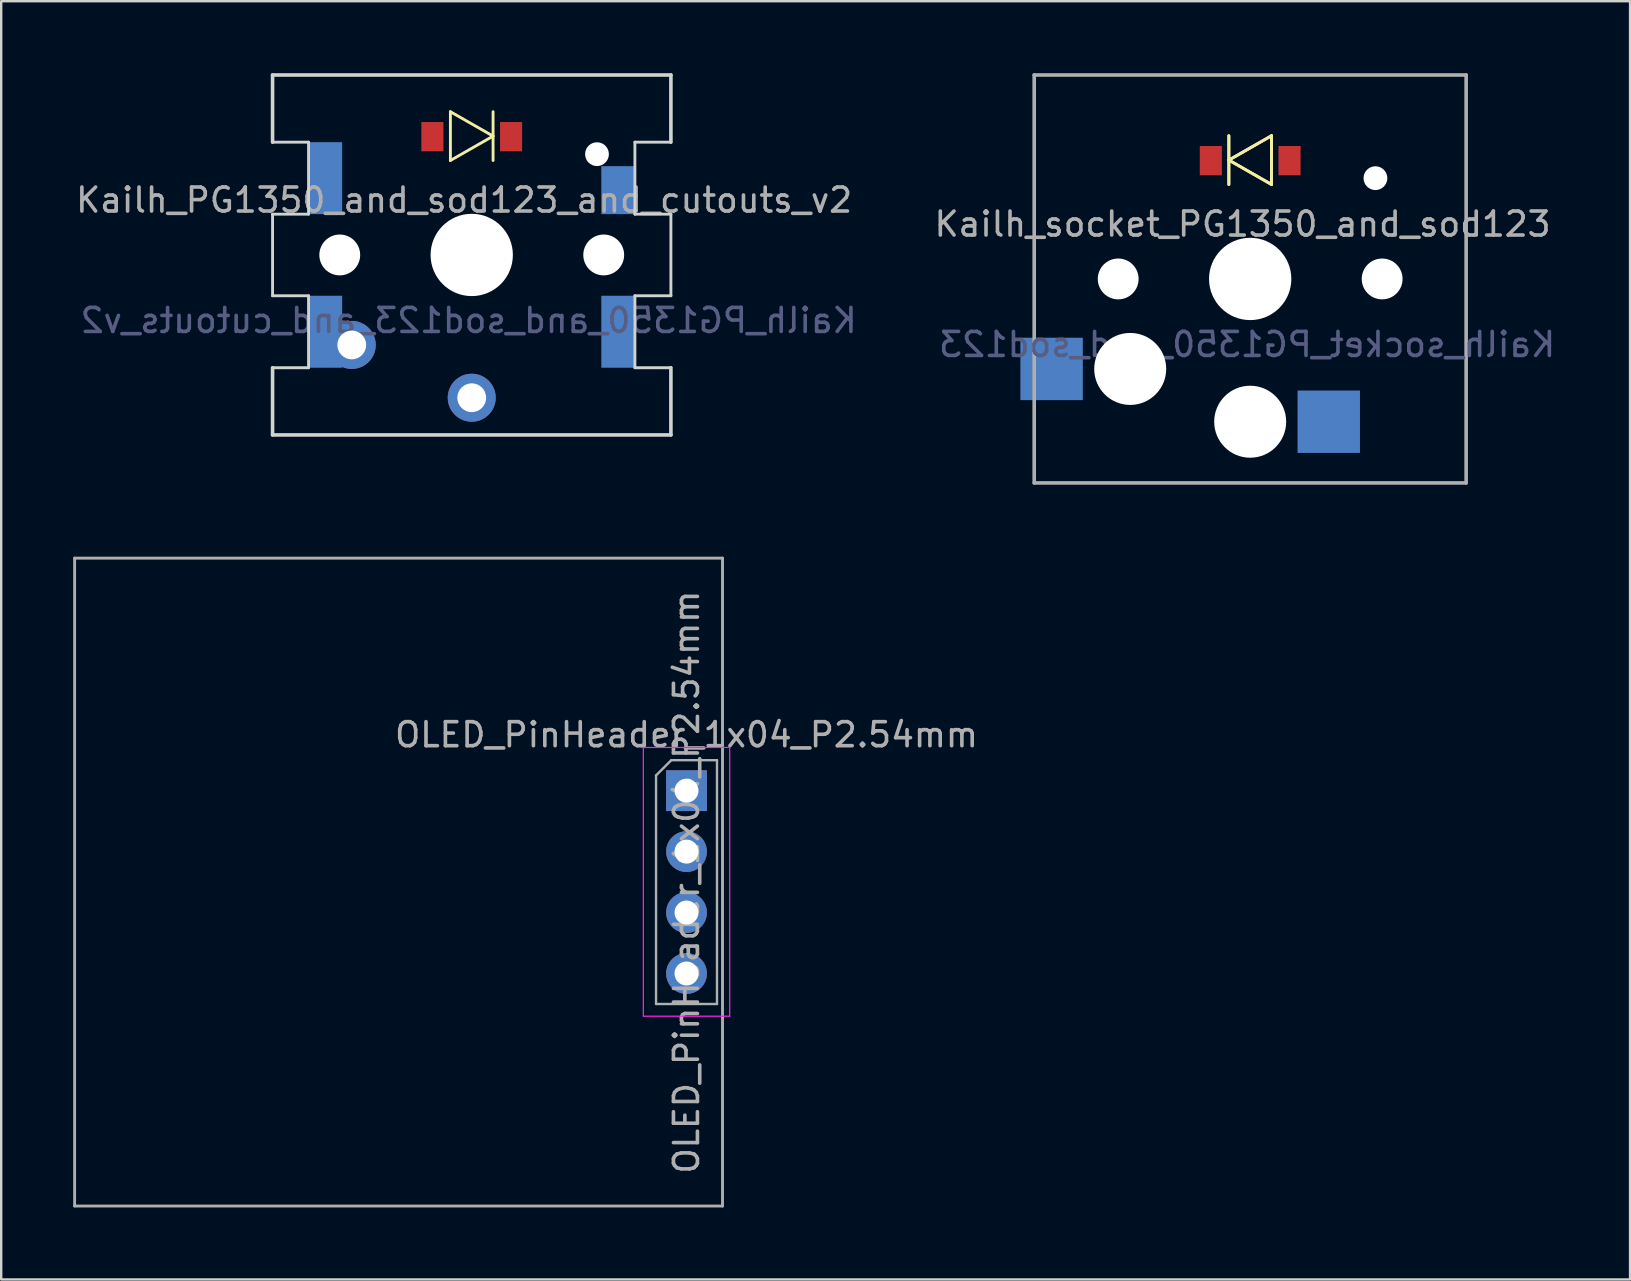
<source format=kicad_pcb>
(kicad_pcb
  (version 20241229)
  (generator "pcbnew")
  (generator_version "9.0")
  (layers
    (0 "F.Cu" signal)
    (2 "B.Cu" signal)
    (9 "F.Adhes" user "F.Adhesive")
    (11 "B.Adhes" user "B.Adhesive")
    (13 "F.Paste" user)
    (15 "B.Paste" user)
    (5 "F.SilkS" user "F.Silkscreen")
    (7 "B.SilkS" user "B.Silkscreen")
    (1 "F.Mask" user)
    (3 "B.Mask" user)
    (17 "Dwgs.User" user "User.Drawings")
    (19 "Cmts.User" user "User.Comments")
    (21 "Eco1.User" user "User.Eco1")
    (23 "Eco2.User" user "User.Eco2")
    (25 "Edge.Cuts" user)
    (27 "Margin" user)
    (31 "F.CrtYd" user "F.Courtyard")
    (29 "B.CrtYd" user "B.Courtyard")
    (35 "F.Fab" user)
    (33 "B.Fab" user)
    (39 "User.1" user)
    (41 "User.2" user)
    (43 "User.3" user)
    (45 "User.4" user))
  (footprint "OLED_PinHeader_1x04_P2.54mm"
    (layer "F.Cu")
    (at 25.56 29.9)
    (property "Reference" "OLED_PinHeader_1x04_P2.54mm" (at 0 -2.33 0) (layer "F.Fab") (effects (font (size 1 1) (thickness 0.15))))
    (attr through_hole)
    (fp_line (start -1.8 -1.8) (end -1.8 9.4) (stroke (width 0.05) (type solid)) (layer "F.CrtYd"))
    (fp_line (start -1.8 9.4) (end 1.8 9.4) (stroke (width 0.05) (type solid)) (layer "F.CrtYd"))
    (fp_line (start 1.8 -1.8) (end -1.8 -1.8) (stroke (width 0.05) (type solid)) (layer "F.CrtYd"))
    (fp_line (start 1.8 9.4) (end 1.8 -1.8) (stroke (width 0.05) (type solid)) (layer "F.CrtYd"))
    (fp_line (start -25.5 -9.69) (end 1.5 -9.69) (stroke (width 0.12) (type solid)) (layer "F.Fab"))
    (fp_line (start -25.5 17.31) (end -25.5 -9.69) (stroke (width 0.12) (type solid)) (layer "F.Fab"))
    (fp_line (start -1.27 -0.635) (end -0.635 -1.27) (stroke (width 0.1) (type solid)) (layer "F.Fab"))
    (fp_line (start -1.27 8.89) (end -1.27 -0.635) (stroke (width 0.1) (type solid)) (layer "F.Fab"))
    (fp_line (start -0.635 -1.27) (end 1.27 -1.27) (stroke (width 0.1) (type solid)) (layer "F.Fab"))
    (fp_line (start 1.27 -1.27) (end 1.27 8.89) (stroke (width 0.1) (type solid)) (layer "F.Fab"))
    (fp_line (start 1.27 8.89) (end -1.27 8.89) (stroke (width 0.1) (type solid)) (layer "F.Fab"))
    (fp_line (start 1.5 -9.69) (end 1.5 17.31) (stroke (width 0.12) (type solid)) (layer "F.Fab"))
    (fp_line (start 1.5 17.31) (end -25.5 17.31) (stroke (width 0.12) (type solid)) (layer "F.Fab"))
    (fp_text user "${REFERENCE}" (at 0 3.81 90) (layer "F.Fab") (effects (font (size 1 1) (thickness 0.15))))
    (pad "GND" thru_hole rect (at 0 0) (size 1.7 1.7) (drill 1) (layers "*.Cu" "*.Mask"))
    (pad "SCL" thru_hole oval (at 0 5.08) (size 1.7 1.7) (drill 1) (layers "*.Cu" "*.Mask"))
    (pad "SDA" thru_hole oval (at 0 7.62) (size 1.7 1.7) (drill 1) (layers "*.Cu" "*.Mask"))
    (pad "VCC" thru_hole oval (at 0 2.54) (size 1.7 1.7) (drill 1) (layers "*.Cu" "*.Mask")))
  (footprint "Kailh_socket_PG1350_and_sod123"
    (layer "F.Cu")
    (at 49.05 8.575)
    (property "Reference" "Kailh_socket_PG1350_and_sod123" (at -0.318 -2.286 0) (layer "F.Fab") (effects (font (size 1 1) (thickness 0.15))))
    (attr smd)
    (fp_line (start -0.889 -5.969) (end -0.889 -3.937) (stroke (width 0.12) (type solid)) (layer "F.SilkS"))
    (fp_line (start -0.889 -5.969) (end -0.889 -3.937) (stroke (width 0.12) (type solid)) (layer "F.SilkS"))
    (fp_line (start -0.889 -4.953) (end 0.889 -3.937) (stroke (width 0.12) (type solid)) (layer "F.SilkS"))
    (fp_line (start -0.889 -4.953) (end 0.889 -3.937) (stroke (width 0.12) (type solid)) (layer "F.SilkS"))
    (fp_line (start 0.889 -5.969) (end -0.889 -4.953) (stroke (width 0.12) (type solid)) (layer "F.SilkS"))
    (fp_line (start 0.889 -5.969) (end -0.889 -4.953) (stroke (width 0.12) (type solid)) (layer "F.SilkS"))
    (fp_line (start 0.889 -3.937) (end 0.889 -5.969) (stroke (width 0.12) (type solid)) (layer "F.SilkS"))
    (fp_line (start 0.889 -3.937) (end 0.889 -5.969) (stroke (width 0.12) (type solid)) (layer "F.SilkS"))
    (fp_line (start -9 -8.5) (end 9 -8.5) (stroke (width 0.15) (type solid)) (layer "F.Fab"))
    (fp_line (start -9 8.5) (end -9 -8.5) (stroke (width 0.15) (type solid)) (layer "F.Fab"))
    (fp_line (start 9 -8.5) (end 9 8.5) (stroke (width 0.15) (type solid)) (layer "F.Fab"))
    (fp_line (start 9 8.5) (end -9 8.5) (stroke (width 0.15) (type solid)) (layer "F.Fab"))
    (fp_text user "${REFERENCE}" (at -0.127 2.731 0) (layer "B.Fab") (effects (font (size 1 1) (thickness 0.15)) (justify mirror)))
    (pad "" np_thru_hole circle (at -5.5 0) (size 1.702 1.702) (drill 1.702) (layers "*.Cu" "*.Mask"))
    (pad "" np_thru_hole circle (at -5 3.75) (size 3 3) (drill 3) (layers "*.Cu" "*.Mask"))
    (pad "" np_thru_hole circle (at 0 0) (size 3.429 3.429) (drill 3.429) (layers "*.Cu" "*.Mask"))
    (pad "" np_thru_hole circle (at 0 5.95) (size 3 3) (drill 3) (layers "*.Cu" "*.Mask"))
    (pad "" np_thru_hole circle (at 5.22 -4.2) (size 0.991 0.991) (drill 0.991) (layers "*.Cu" "*.Mask"))
    (pad "" np_thru_hole circle (at 5.5 0) (size 1.702 1.702) (drill 1.702) (layers "*.Cu" "*.Mask"))
    (pad "1" smd rect (at 3.275 5.95) (size 2.6 2.6) (layers "B.Cu" "B.Mask" "B.Paste"))
    (pad "2" smd rect (at -8.275 3.75) (size 2.6 2.6) (layers "B.Cu" "B.Mask" "B.Paste"))
    (pad "3" smd rect (at 1.64 -4.93) (size 0.92 1.22) (layers "F.Cu" "F.Mask" "F.Paste"))
    (pad "4" smd rect (at -1.64 -4.93) (size 0.92 1.22) (layers "F.Cu" "F.Mask" "F.Paste")))
  (footprint "Kailh_PG1350_and_sod123_and_cutouts_v2"
    (layer "F.Cu")
    (at 16.609 7.575)
    (property "Reference" "Kailh_PG1350_and_sod123_and_cutouts_v2" (at -0.318 -2.286 0) (layer "F.Fab") (effects (font (size 1 1) (thickness 0.15))))
    (attr smd)
    (fp_line (start -0.889 -5.969) (end -0.889 -3.937) (stroke (width 0.12) (type solid)) (layer "F.SilkS"))
    (fp_line (start -0.889 -5.969) (end 0.889 -4.953) (stroke (width 0.12) (type solid)) (layer "F.SilkS"))
    (fp_line (start 0.889 -4.953) (end -0.889 -3.937) (stroke (width 0.12) (type solid)) (layer "F.SilkS"))
    (fp_line (start 0.889 -3.937) (end 0.889 -5.969) (stroke (width 0.12) (type solid)) (layer "F.SilkS"))
    (fp_line (start -8.3 -7.5) (end 8.3 -7.5) (stroke (width 0.15) (type solid)) (layer "Edge.Cuts"))
    (fp_line (start -8.3 -4.7) (end -8.3 -7.5) (stroke (width 0.15) (type solid)) (layer "Edge.Cuts"))
    (fp_line (start -8.3 -4.7) (end -6.8 -4.7) (stroke (width 0.12) (type solid)) (layer "Edge.Cuts"))
    (fp_line (start -8.3 -1.7) (end -6.8 -1.7) (stroke (width 0.12) (type solid)) (layer "Edge.Cuts"))
    (fp_line (start -8.3 1.7) (end -8.3 -1.7) (stroke (width 0.12) (type solid)) (layer "Edge.Cuts"))
    (fp_line (start -8.3 1.7) (end -6.8 1.7) (stroke (width 0.12) (type solid)) (layer "Edge.Cuts"))
    (fp_line (start -8.3 4.7) (end -6.8 4.7) (stroke (width 0.12) (type solid)) (layer "Edge.Cuts"))
    (fp_line (start -8.3 7.5) (end -8.3 4.7) (stroke (width 0.15) (type solid)) (layer "Edge.Cuts"))
    (fp_line (start -6.8 -4.7) (end -6.8 -1.7) (stroke (width 0.12) (type solid)) (layer "Edge.Cuts"))
    (fp_line (start -6.8 4.7) (end -6.8 1.7) (stroke (width 0.12) (type solid)) (layer "Edge.Cuts"))
    (fp_line (start 6.8 -4.7) (end 8.3 -4.7) (stroke (width 0.12) (type solid)) (layer "Edge.Cuts"))
    (fp_line (start 6.8 -1.7) (end 6.8 -4.7) (stroke (width 0.12) (type solid)) (layer "Edge.Cuts"))
    (fp_line (start 6.8 -1.7) (end 8.3 -1.7) (stroke (width 0.12) (type solid)) (layer "Edge.Cuts"))
    (fp_line (start 6.8 1.7) (end 8.3 1.7) (stroke (width 0.12) (type solid)) (layer "Edge.Cuts"))
    (fp_line (start 6.8 4.7) (end 6.8 1.7) (stroke (width 0.12) (type solid)) (layer "Edge.Cuts"))
    (fp_line (start 6.8 4.7) (end 8.3 4.7) (stroke (width 0.12) (type solid)) (layer "Edge.Cuts"))
    (fp_line (start 8.3 -7.5) (end 8.3 -4.7) (stroke (width 0.15) (type solid)) (layer "Edge.Cuts"))
    (fp_line (start 8.3 1.7) (end 8.3 -1.7) (stroke (width 0.12) (type solid)) (layer "Edge.Cuts"))
    (fp_line (start 8.3 7.5) (end -8.3 7.5) (stroke (width 0.15) (type solid)) (layer "Edge.Cuts"))
    (fp_line (start 8.3 7.5) (end 8.3 4.7) (stroke (width 0.15) (type solid)) (layer "Edge.Cuts"))
    (fp_text user "${REFERENCE}" (at -0.127 2.731 0) (layer "B.Fab") (effects (font (size 1 1) (thickness 0.15)) (justify mirror)))
    (pad "" np_thru_hole circle (at -5.5 0) (size 1.702 1.702) (drill 1.702) (layers "*.Cu" "*.Mask"))
    (pad "" np_thru_hole circle (at 0 0) (size 3.429 3.429) (drill 3.429) (layers "*.Cu" "*.Mask"))
    (pad "" np_thru_hole circle (at 5.22 -4.2) (size 0.991 0.991) (drill 0.991) (layers "*.Cu" "*.Mask"))
    (pad "" np_thru_hole circle (at 5.5 0) (size 1.702 1.702) (drill 1.702) (layers "*.Cu" "*.Mask"))
    (pad "1" smd rect (at -6.1 -3.2) (size 1.4 3) (layers "B.Cu" "B.Mask" "B.Paste"))
    (pad "1" smd rect (at -6.1 3.2) (size 1.4 3) (layers "B.Cu" "B.Mask" "B.Paste"))
    (pad "1" thru_hole circle (at -5 3.75) (size 2 2) (drill 1.2) (layers "*.Cu" "*.Mask"))
    (pad "2" thru_hole circle (at 0 5.95) (size 2 2) (drill 1.2) (layers "*.Cu" "*.Mask"))
    (pad "A" smd rect (at -1.64 -4.93) (size 0.92 1.22) (layers "F.Cu" "F.Mask" "F.Paste"))
    (pad "K" smd rect (at 1.64 -4.93) (size 0.92 1.22) (layers "F.Cu" "F.Mask" "F.Paste"))
    (pad "K" smd rect (at 6.1 -2.7) (size 1.4 2) (layers "B.Cu" "B.Mask" "B.Paste"))
    (pad "K" smd rect (at 6.1 3.2) (size 1.4 3) (layers "B.Cu" "B.Mask" "B.Paste")))
  (gr_rect
    (start -3 -3)
    (end 64.881 50.27)
    (stroke (width 0.1) (type default))
    (fill no)
    (layer "Edge.Cuts")))
</source>
